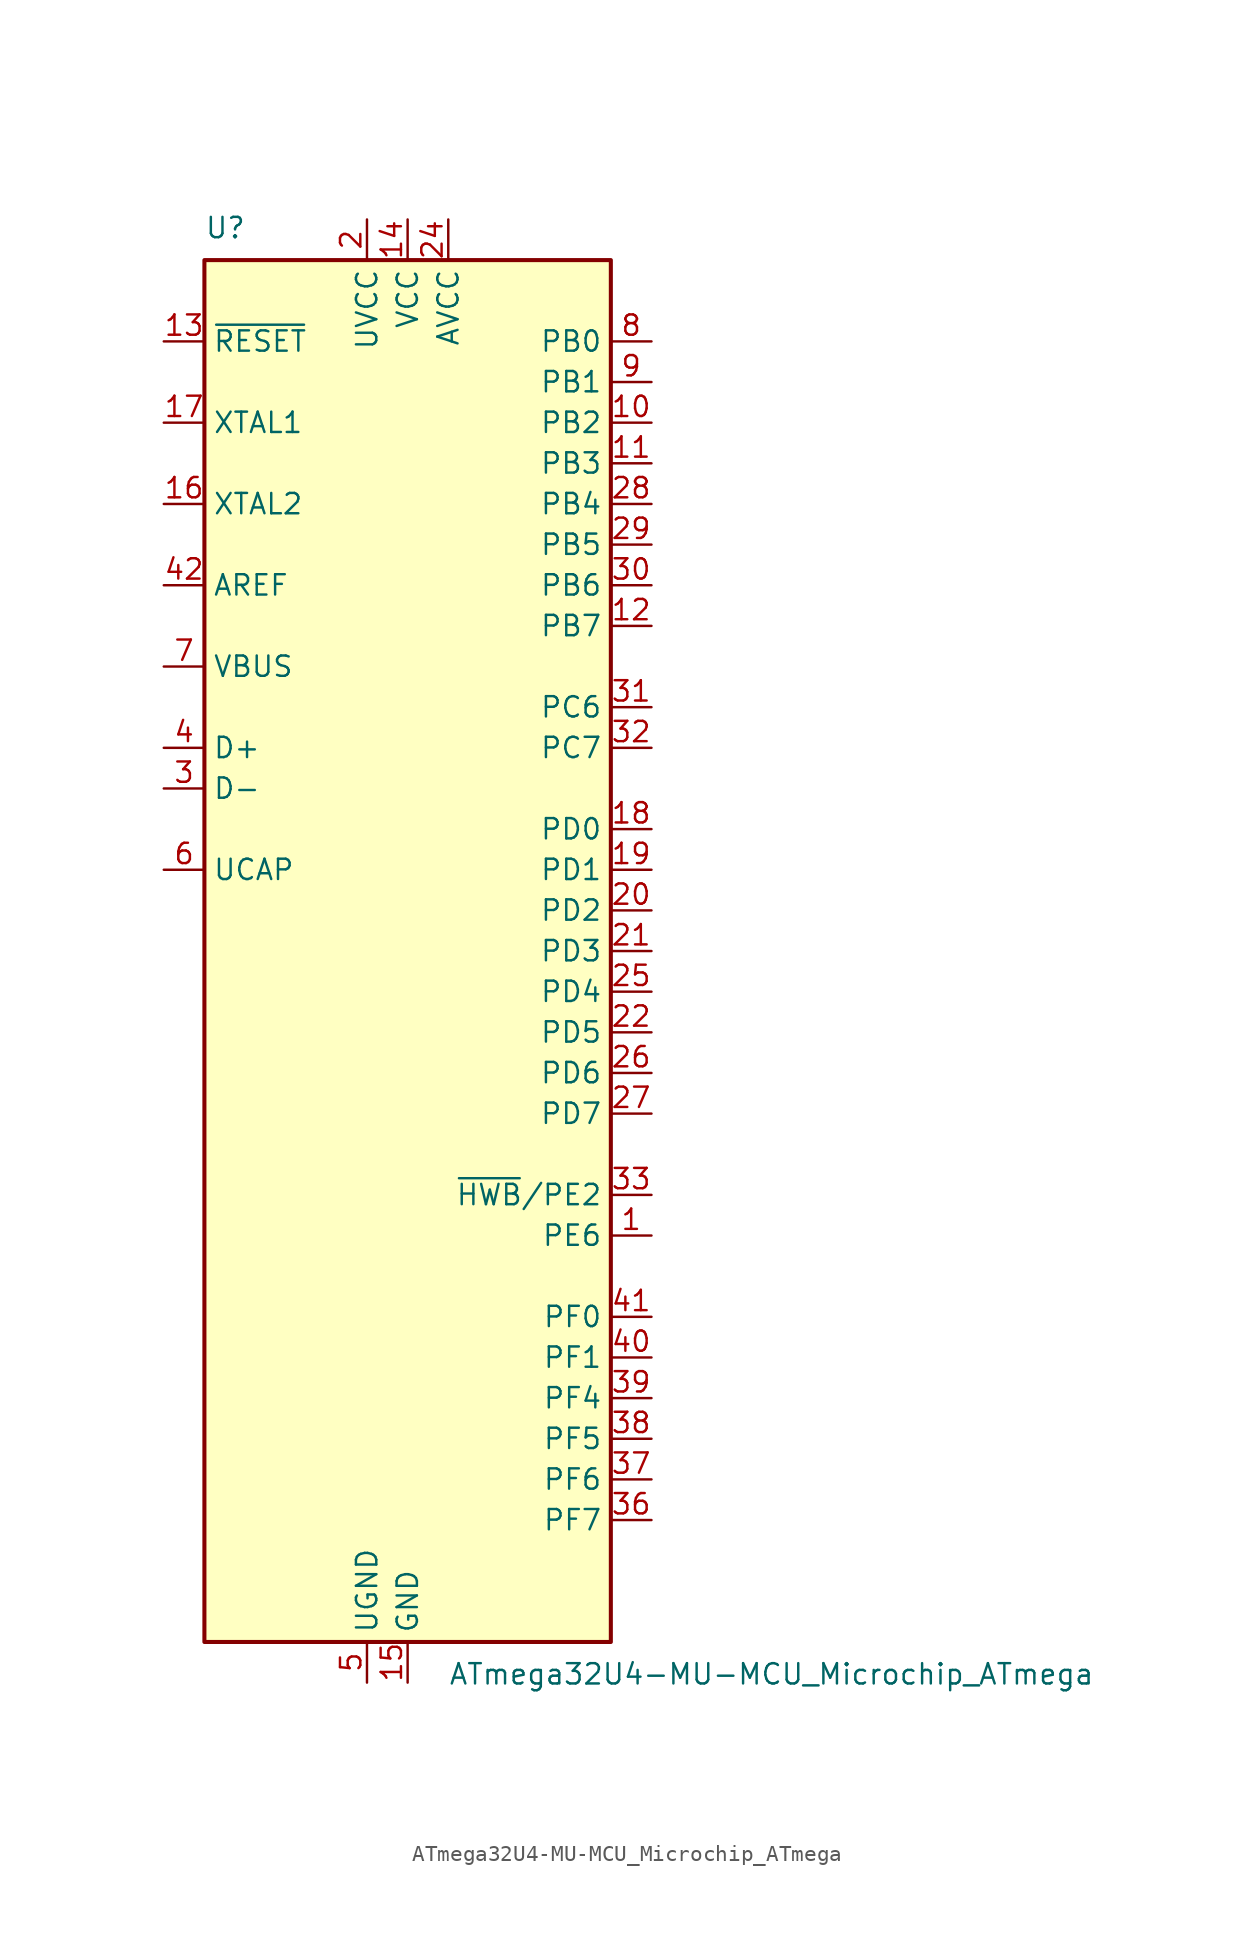
<source format=kicad_sym>
(kicad_symbol_lib
  (version 20231120)
  (generator "kicad_symbol_editor")
  (generator_version "8.0")
  (symbol "ATmega32U4-MU-MCU_Microchip_ATmega"
    (property "Reference" "U"
      (at -12.7 44.45 0)
      (effects (font (size 1.27 1.27)) (justify left bottom)))
    (property "Value" "ATmega32U4-MU-MCU_Microchip_ATmega"
      (at 2.54 -44.45 0)
      (effects (font (size 1.27 1.27)) (justify left top)))
    (symbol "ATmega32U4-MU-MCU_Microchip_ATmega_0_1"
      (rectangle (start -12.7 -43.18) (end 12.7 43.18) (stroke (width 0.254) (type solid)) (fill (type background))))
    (symbol "ATmega32U4-MU-MCU_Microchip_ATmega_1_1"
      (pin bidirectional line (at 15.24 -17.78 180) (length 2.54) (name "PE6" (effects (font (size 1.27 1.27)))) (number "1" (effects (font (size 1.27 1.27)))))
      (pin bidirectional line (at 15.24 33.02 180) (length 2.54) (name "PB2" (effects (font (size 1.27 1.27)))) (number "10" (effects (font (size 1.27 1.27)))))
      (pin bidirectional line (at 15.24 30.48 180) (length 2.54) (name "PB3" (effects (font (size 1.27 1.27)))) (number "11" (effects (font (size 1.27 1.27)))))
      (pin bidirectional line (at 15.24 20.32 180) (length 2.54) (name "PB7" (effects (font (size 1.27 1.27)))) (number "12" (effects (font (size 1.27 1.27)))))
      (pin input line (at -15.24 38.1 0) (length 2.54) (name "~{RESET}" (effects (font (size 1.27 1.27)))) (number "13" (effects (font (size 1.27 1.27)))))
      (pin power_in line (at 0 45.72 270) (length 2.54) (name "VCC" (effects (font (size 1.27 1.27)))) (number "14" (effects (font (size 1.27 1.27)))))
      (pin power_in line (at 0 -45.72 90) (length 2.54) (name "GND" (effects (font (size 1.27 1.27)))) (number "15" (effects (font (size 1.27 1.27)))))
      (pin output line (at -15.24 27.94 0) (length 2.54) (name "XTAL2" (effects (font (size 1.27 1.27)))) (number "16" (effects (font (size 1.27 1.27)))))
      (pin input line (at -15.24 33.02 0) (length 2.54) (name "XTAL1" (effects (font (size 1.27 1.27)))) (number "17" (effects (font (size 1.27 1.27)))))
      (pin bidirectional line (at 15.24 7.62 180) (length 2.54) (name "PD0" (effects (font (size 1.27 1.27)))) (number "18" (effects (font (size 1.27 1.27)))))
      (pin bidirectional line (at 15.24 5.08 180) (length 2.54) (name "PD1" (effects (font (size 1.27 1.27)))) (number "19" (effects (font (size 1.27 1.27)))))
      (pin power_in line (at -2.54 45.72 270) (length 2.54) (name "UVCC" (effects (font (size 1.27 1.27)))) (number "2" (effects (font (size 1.27 1.27)))))
      (pin bidirectional line (at 15.24 2.54 180) (length 2.54) (name "PD2" (effects (font (size 1.27 1.27)))) (number "20" (effects (font (size 1.27 1.27)))))
      (pin bidirectional line (at 15.24 0 180) (length 2.54) (name "PD3" (effects (font (size 1.27 1.27)))) (number "21" (effects (font (size 1.27 1.27)))))
      (pin bidirectional line (at 15.24 -5.08 180) (length 2.54) (name "PD5" (effects (font (size 1.27 1.27)))) (number "22" (effects (font (size 1.27 1.27)))))
      (pin passive line (at 0 -45.72 90) (length 2.54) hide (name "GND" (effects (font (size 1.27 1.27)))) (number "23" (effects (font (size 1.27 1.27)))))
      (pin power_in line (at 2.54 45.72 270) (length 2.54) (name "AVCC" (effects (font (size 1.27 1.27)))) (number "24" (effects (font (size 1.27 1.27)))))
      (pin bidirectional line (at 15.24 -2.54 180) (length 2.54) (name "PD4" (effects (font (size 1.27 1.27)))) (number "25" (effects (font (size 1.27 1.27)))))
      (pin bidirectional line (at 15.24 -7.62 180) (length 2.54) (name "PD6" (effects (font (size 1.27 1.27)))) (number "26" (effects (font (size 1.27 1.27)))))
      (pin bidirectional line (at 15.24 -10.16 180) (length 2.54) (name "PD7" (effects (font (size 1.27 1.27)))) (number "27" (effects (font (size 1.27 1.27)))))
      (pin bidirectional line (at 15.24 27.94 180) (length 2.54) (name "PB4" (effects (font (size 1.27 1.27)))) (number "28" (effects (font (size 1.27 1.27)))))
      (pin bidirectional line (at 15.24 25.4 180) (length 2.54) (name "PB5" (effects (font (size 1.27 1.27)))) (number "29" (effects (font (size 1.27 1.27)))))
      (pin bidirectional line (at -15.24 10.16 0) (length 2.54) (name "D-" (effects (font (size 1.27 1.27)))) (number "3" (effects (font (size 1.27 1.27)))))
      (pin bidirectional line (at 15.24 22.86 180) (length 2.54) (name "PB6" (effects (font (size 1.27 1.27)))) (number "30" (effects (font (size 1.27 1.27)))))
      (pin bidirectional line (at 15.24 15.24 180) (length 2.54) (name "PC6" (effects (font (size 1.27 1.27)))) (number "31" (effects (font (size 1.27 1.27)))))
      (pin bidirectional line (at 15.24 12.7 180) (length 2.54) (name "PC7" (effects (font (size 1.27 1.27)))) (number "32" (effects (font (size 1.27 1.27)))))
      (pin bidirectional line (at 15.24 -15.24 180) (length 2.54) (name "~{HWB}/PE2" (effects (font (size 1.27 1.27)))) (number "33" (effects (font (size 1.27 1.27)))))
      (pin passive line (at 0 45.72 270) (length 2.54) hide (name "VCC" (effects (font (size 1.27 1.27)))) (number "34" (effects (font (size 1.27 1.27)))))
      (pin passive line (at 0 -45.72 90) (length 2.54) hide (name "GND" (effects (font (size 1.27 1.27)))) (number "35" (effects (font (size 1.27 1.27)))))
      (pin bidirectional line (at 15.24 -35.56 180) (length 2.54) (name "PF7" (effects (font (size 1.27 1.27)))) (number "36" (effects (font (size 1.27 1.27)))))
      (pin bidirectional line (at 15.24 -33.02 180) (length 2.54) (name "PF6" (effects (font (size 1.27 1.27)))) (number "37" (effects (font (size 1.27 1.27)))))
      (pin bidirectional line (at 15.24 -30.48 180) (length 2.54) (name "PF5" (effects (font (size 1.27 1.27)))) (number "38" (effects (font (size 1.27 1.27)))))
      (pin bidirectional line (at 15.24 -27.94 180) (length 2.54) (name "PF4" (effects (font (size 1.27 1.27)))) (number "39" (effects (font (size 1.27 1.27)))))
      (pin bidirectional line (at -15.24 12.7 0) (length 2.54) (name "D+" (effects (font (size 1.27 1.27)))) (number "4" (effects (font (size 1.27 1.27)))))
      (pin bidirectional line (at 15.24 -25.4 180) (length 2.54) (name "PF1" (effects (font (size 1.27 1.27)))) (number "40" (effects (font (size 1.27 1.27)))))
      (pin bidirectional line (at 15.24 -22.86 180) (length 2.54) (name "PF0" (effects (font (size 1.27 1.27)))) (number "41" (effects (font (size 1.27 1.27)))))
      (pin input line (at -15.24 22.86 0) (length 2.54) (name "AREF" (effects (font (size 1.27 1.27)))) (number "42" (effects (font (size 1.27 1.27)))))
      (pin passive line (at 0 -45.72 90) (length 2.54) hide (name "GND" (effects (font (size 1.27 1.27)))) (number "43" (effects (font (size 1.27 1.27)))))
      (pin passive line (at 2.54 45.72 270) (length 2.54) hide (name "AVCC" (effects (font (size 1.27 1.27)))) (number "44" (effects (font (size 1.27 1.27)))))
      (pin passive line (at 0 -45.72 90) (length 2.54) hide (name "GND" (effects (font (size 1.27 1.27)))) (number "45" (effects (font (size 1.27 1.27)))))
      (pin passive line (at -2.54 -45.72 90) (length 2.54) (name "UGND" (effects (font (size 1.27 1.27)))) (number "5" (effects (font (size 1.27 1.27)))))
      (pin passive line (at -15.24 5.08 0) (length 2.54) (name "UCAP" (effects (font (size 1.27 1.27)))) (number "6" (effects (font (size 1.27 1.27)))))
      (pin passive line (at -15.24 17.78 0) (length 2.54) (name "VBUS" (effects (font (size 1.27 1.27)))) (number "7" (effects (font (size 1.27 1.27)))))
      (pin bidirectional line (at 15.24 38.1 180) (length 2.54) (name "PB0" (effects (font (size 1.27 1.27)))) (number "8" (effects (font (size 1.27 1.27)))))
      (pin bidirectional line (at 15.24 35.56 180) (length 2.54) (name "PB1" (effects (font (size 1.27 1.27)))) (number "9" (effects (font (size 1.27 1.27))))))))
</source>
